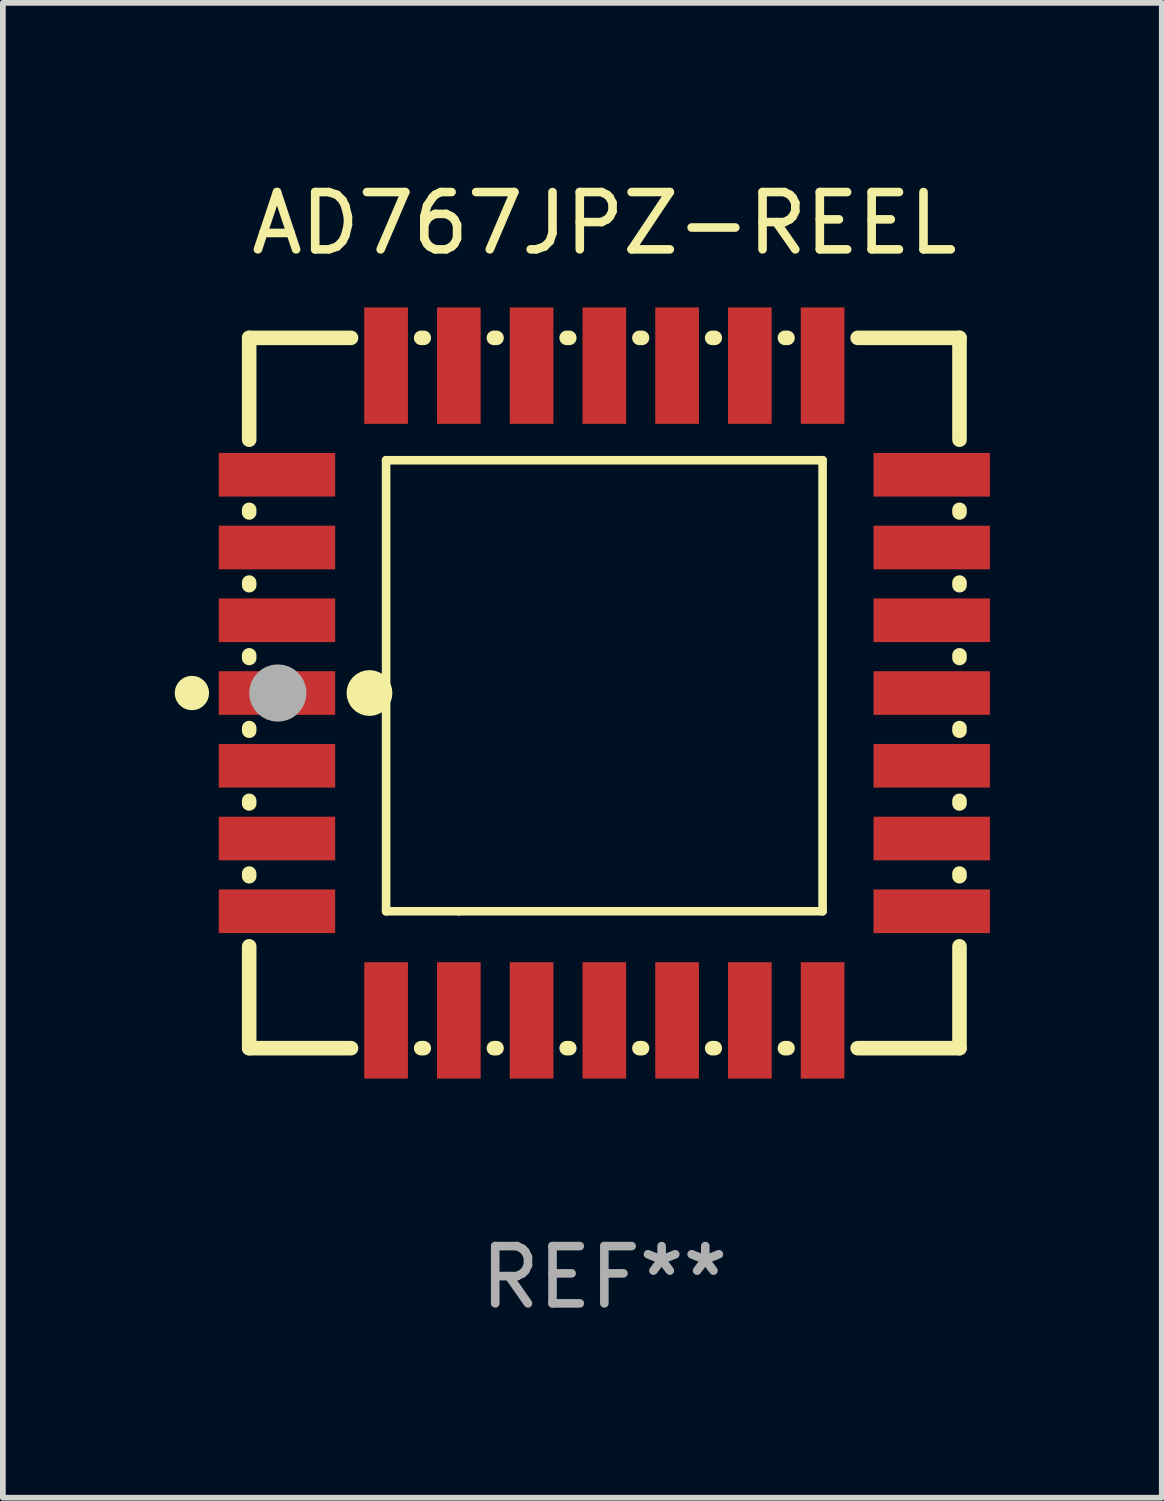
<source format=kicad_pcb>
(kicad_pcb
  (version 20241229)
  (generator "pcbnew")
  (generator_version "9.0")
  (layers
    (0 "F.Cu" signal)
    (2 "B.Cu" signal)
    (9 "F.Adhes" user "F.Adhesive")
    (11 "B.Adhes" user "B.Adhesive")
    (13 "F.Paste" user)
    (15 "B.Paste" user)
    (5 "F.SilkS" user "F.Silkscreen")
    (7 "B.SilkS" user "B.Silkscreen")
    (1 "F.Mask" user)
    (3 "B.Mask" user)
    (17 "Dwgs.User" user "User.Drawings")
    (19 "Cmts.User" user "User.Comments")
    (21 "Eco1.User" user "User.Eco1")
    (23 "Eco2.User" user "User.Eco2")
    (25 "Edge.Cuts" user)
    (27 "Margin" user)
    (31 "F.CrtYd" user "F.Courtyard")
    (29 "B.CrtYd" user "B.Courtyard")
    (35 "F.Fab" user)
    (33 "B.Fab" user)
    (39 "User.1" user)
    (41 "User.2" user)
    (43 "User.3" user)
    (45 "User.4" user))
  (footprint "AD767JPZ-REEL"
    (layer "F.Cu")
    (at 7.5 9.048)
    (property "Reference" "AD767JPZ-REEL" (at 0 -8.2 0) (layer "F.SilkS") (effects (font (size 1 1) (thickness 0.15))))
    (attr through_hole)
    (fp_line (start -6.2 -6.2) (end -4.422 -6.2) (stroke (width 0.254) (type solid)) (layer "F.SilkS"))
    (fp_line (start -6.2 -4.422) (end -6.2 -6.2) (stroke (width 0.254) (type solid)) (layer "F.SilkS"))
    (fp_line (start -6.2 -3.152) (end -6.2 -3.198) (stroke (width 0.254) (type solid)) (layer "F.SilkS"))
    (fp_line (start -6.2 -1.882) (end -6.2 -1.928) (stroke (width 0.254) (type solid)) (layer "F.SilkS"))
    (fp_line (start -6.2 -0.612) (end -6.2 -0.658) (stroke (width 0.254) (type solid)) (layer "F.SilkS"))
    (fp_line (start -6.2 0.658) (end -6.2 0.612) (stroke (width 0.254) (type solid)) (layer "F.SilkS"))
    (fp_line (start -6.2 1.928) (end -6.2 1.882) (stroke (width 0.254) (type solid)) (layer "F.SilkS"))
    (fp_line (start -6.2 3.198) (end -6.2 3.152) (stroke (width 0.254) (type solid)) (layer "F.SilkS"))
    (fp_line (start -6.2 6.2) (end -6.2 4.422) (stroke (width 0.254) (type solid)) (layer "F.SilkS"))
    (fp_line (start -4.422 6.2) (end -6.2 6.2) (stroke (width 0.254) (type solid)) (layer "F.SilkS"))
    (fp_line (start -3.81 -4.064) (end 3.81 -4.064) (stroke (width 0.15) (type solid)) (layer "F.SilkS"))
    (fp_line (start -3.81 3.81) (end -3.81 -4.064) (stroke (width 0.15) (type solid)) (layer "F.SilkS"))
    (fp_line (start -3.198 -6.2) (end -3.152 -6.2) (stroke (width 0.254) (type solid)) (layer "F.SilkS"))
    (fp_line (start -3.152 6.2) (end -3.198 6.2) (stroke (width 0.254) (type solid)) (layer "F.SilkS"))
    (fp_line (start -2.54 3.81) (end -3.81 3.81) (stroke (width 0.15) (type solid)) (layer "F.SilkS"))
    (fp_line (start -1.928 -6.2) (end -1.882 -6.2) (stroke (width 0.254) (type solid)) (layer "F.SilkS"))
    (fp_line (start -1.882 6.2) (end -1.928 6.2) (stroke (width 0.254) (type solid)) (layer "F.SilkS"))
    (fp_line (start -0.658 -6.2) (end -0.612 -6.2) (stroke (width 0.254) (type solid)) (layer "F.SilkS"))
    (fp_line (start -0.612 6.2) (end -0.658 6.2) (stroke (width 0.254) (type solid)) (layer "F.SilkS"))
    (fp_line (start 0.612 -6.2) (end 0.658 -6.2) (stroke (width 0.254) (type solid)) (layer "F.SilkS"))
    (fp_line (start 0.658 6.2) (end 0.612 6.2) (stroke (width 0.254) (type solid)) (layer "F.SilkS"))
    (fp_line (start 1.882 -6.2) (end 1.928 -6.2) (stroke (width 0.254) (type solid)) (layer "F.SilkS"))
    (fp_line (start 1.928 6.2) (end 1.882 6.2) (stroke (width 0.254) (type solid)) (layer "F.SilkS"))
    (fp_line (start 3.152 -6.2) (end 3.198 -6.2) (stroke (width 0.254) (type solid)) (layer "F.SilkS"))
    (fp_line (start 3.198 6.2) (end 3.152 6.2) (stroke (width 0.254) (type solid)) (layer "F.SilkS"))
    (fp_line (start 3.81 -4.064) (end 3.81 3.81) (stroke (width 0.15) (type solid)) (layer "F.SilkS"))
    (fp_line (start 3.81 3.81) (end -2.54 3.81) (stroke (width 0.15) (type solid)) (layer "F.SilkS"))
    (fp_line (start 4.422 -6.2) (end 6.2 -6.2) (stroke (width 0.254) (type solid)) (layer "F.SilkS"))
    (fp_line (start 6.2 -6.2) (end 6.2 -4.422) (stroke (width 0.254) (type solid)) (layer "F.SilkS"))
    (fp_line (start 6.2 -3.198) (end 6.2 -3.152) (stroke (width 0.254) (type solid)) (layer "F.SilkS"))
    (fp_line (start 6.2 -1.928) (end 6.2 -1.882) (stroke (width 0.254) (type solid)) (layer "F.SilkS"))
    (fp_line (start 6.2 -0.658) (end 6.2 -0.612) (stroke (width 0.254) (type solid)) (layer "F.SilkS"))
    (fp_line (start 6.2 0.612) (end 6.2 0.658) (stroke (width 0.254) (type solid)) (layer "F.SilkS"))
    (fp_line (start 6.2 1.882) (end 6.2 1.928) (stroke (width 0.254) (type solid)) (layer "F.SilkS"))
    (fp_line (start 6.2 3.152) (end 6.2 3.198) (stroke (width 0.254) (type solid)) (layer "F.SilkS"))
    (fp_line (start 6.2 4.422) (end 6.2 6.2) (stroke (width 0.254) (type solid)) (layer "F.SilkS"))
    (fp_line (start 6.2 6.2) (end 4.422 6.2) (stroke (width 0.254) (type solid)) (layer "F.SilkS"))
    (fp_circle (center -7.2 0) (end -7.05 0) (stroke (width 0.3) (type solid)) (fill no) (layer "F.SilkS"))
    (fp_circle (center -6.223 6.223) (end -6.193 6.223) (stroke (width 0.06) (type solid)) (fill no) (layer "F.SilkS"))
    (fp_circle (center -4.1 0) (end -3.9 0) (stroke (width 0.4) (type solid)) (fill no) (layer "F.SilkS"))
    (fp_circle (center -5.7 0) (end -5.45 0) (stroke (width 0.5) (type solid)) (fill no) (layer "F.Fab"))
    (fp_text user "REF**" (at 0 10.2 0) (layer "F.Fab") (effects (font (size 1 1) (thickness 0.15))))
    (pad "1" smd rect (at -5.715 0) (size 2.032 0.762) (layers "F.Cu" "F.Mask" "F.Paste"))
    (pad "2" smd rect (at -5.715 1.27) (size 2.032 0.762) (layers "F.Cu" "F.Mask" "F.Paste"))
    (pad "3" smd rect (at -5.715 2.54) (size 2.032 0.762) (layers "F.Cu" "F.Mask" "F.Paste"))
    (pad "4" smd rect (at -5.715 3.81) (size 2.032 0.762) (layers "F.Cu" "F.Mask" "F.Paste"))
    (pad "5" smd rect (at -3.81 5.715) (size 0.762 2.032) (layers "F.Cu" "F.Mask" "F.Paste"))
    (pad "6" smd rect (at -2.54 5.715) (size 0.762 2.032) (layers "F.Cu" "F.Mask" "F.Paste"))
    (pad "7" smd rect (at -1.27 5.715) (size 0.762 2.032) (layers "F.Cu" "F.Mask" "F.Paste"))
    (pad "8" smd rect (at 0 5.715) (size 0.762 2.032) (layers "F.Cu" "F.Mask" "F.Paste"))
    (pad "9" smd rect (at 1.27 5.715) (size 0.762 2.032) (layers "F.Cu" "F.Mask" "F.Paste"))
    (pad "10" smd rect (at 2.54 5.715) (size 0.762 2.032) (layers "F.Cu" "F.Mask" "F.Paste"))
    (pad "11" smd rect (at 3.81 5.715) (size 0.762 2.032) (layers "F.Cu" "F.Mask" "F.Paste"))
    (pad "12" smd rect (at 5.715 3.81) (size 2.032 0.762) (layers "F.Cu" "F.Mask" "F.Paste"))
    (pad "13" smd rect (at 5.715 2.54) (size 2.032 0.762) (layers "F.Cu" "F.Mask" "F.Paste"))
    (pad "14" smd rect (at 5.715 1.27) (size 2.032 0.762) (layers "F.Cu" "F.Mask" "F.Paste"))
    (pad "15" smd rect (at 5.715 0) (size 2.032 0.762) (layers "F.Cu" "F.Mask" "F.Paste"))
    (pad "16" smd rect (at 5.715 -1.27) (size 2.032 0.762) (layers "F.Cu" "F.Mask" "F.Paste"))
    (pad "17" smd rect (at 5.715 -2.54) (size 2.032 0.762) (layers "F.Cu" "F.Mask" "F.Paste"))
    (pad "18" smd rect (at 5.715 -3.81) (size 2.032 0.762) (layers "F.Cu" "F.Mask" "F.Paste"))
    (pad "19" smd rect (at 3.81 -5.715) (size 0.762 2.032) (layers "F.Cu" "F.Mask" "F.Paste"))
    (pad "20" smd rect (at 2.54 -5.715) (size 0.762 2.032) (layers "F.Cu" "F.Mask" "F.Paste"))
    (pad "21" smd rect (at 1.27 -5.715) (size 0.762 2.032) (layers "F.Cu" "F.Mask" "F.Paste"))
    (pad "22" smd rect (at 0 -5.715) (size 0.762 2.032) (layers "F.Cu" "F.Mask" "F.Paste"))
    (pad "23" smd rect (at -1.27 -5.715) (size 0.762 2.032) (layers "F.Cu" "F.Mask" "F.Paste"))
    (pad "24" smd rect (at -2.54 -5.715) (size 0.762 2.032) (layers "F.Cu" "F.Mask" "F.Paste"))
    (pad "25" smd rect (at -3.81 -5.715) (size 0.762 2.032) (layers "F.Cu" "F.Mask" "F.Paste"))
    (pad "26" smd rect (at -5.715 -3.81) (size 2.032 0.762) (layers "F.Cu" "F.Mask" "F.Paste"))
    (pad "27" smd rect (at -5.715 -2.54) (size 2.032 0.762) (layers "F.Cu" "F.Mask" "F.Paste"))
    (pad "28" smd rect (at -5.715 -1.27) (size 2.032 0.762) (layers "F.Cu" "F.Mask" "F.Paste")))
  (gr_rect
    (start -3 -3)
    (end 17.231 23.096)
    (stroke (width 0.1) (type default))
    (fill no)
    (layer "Edge.Cuts")))
</source>
